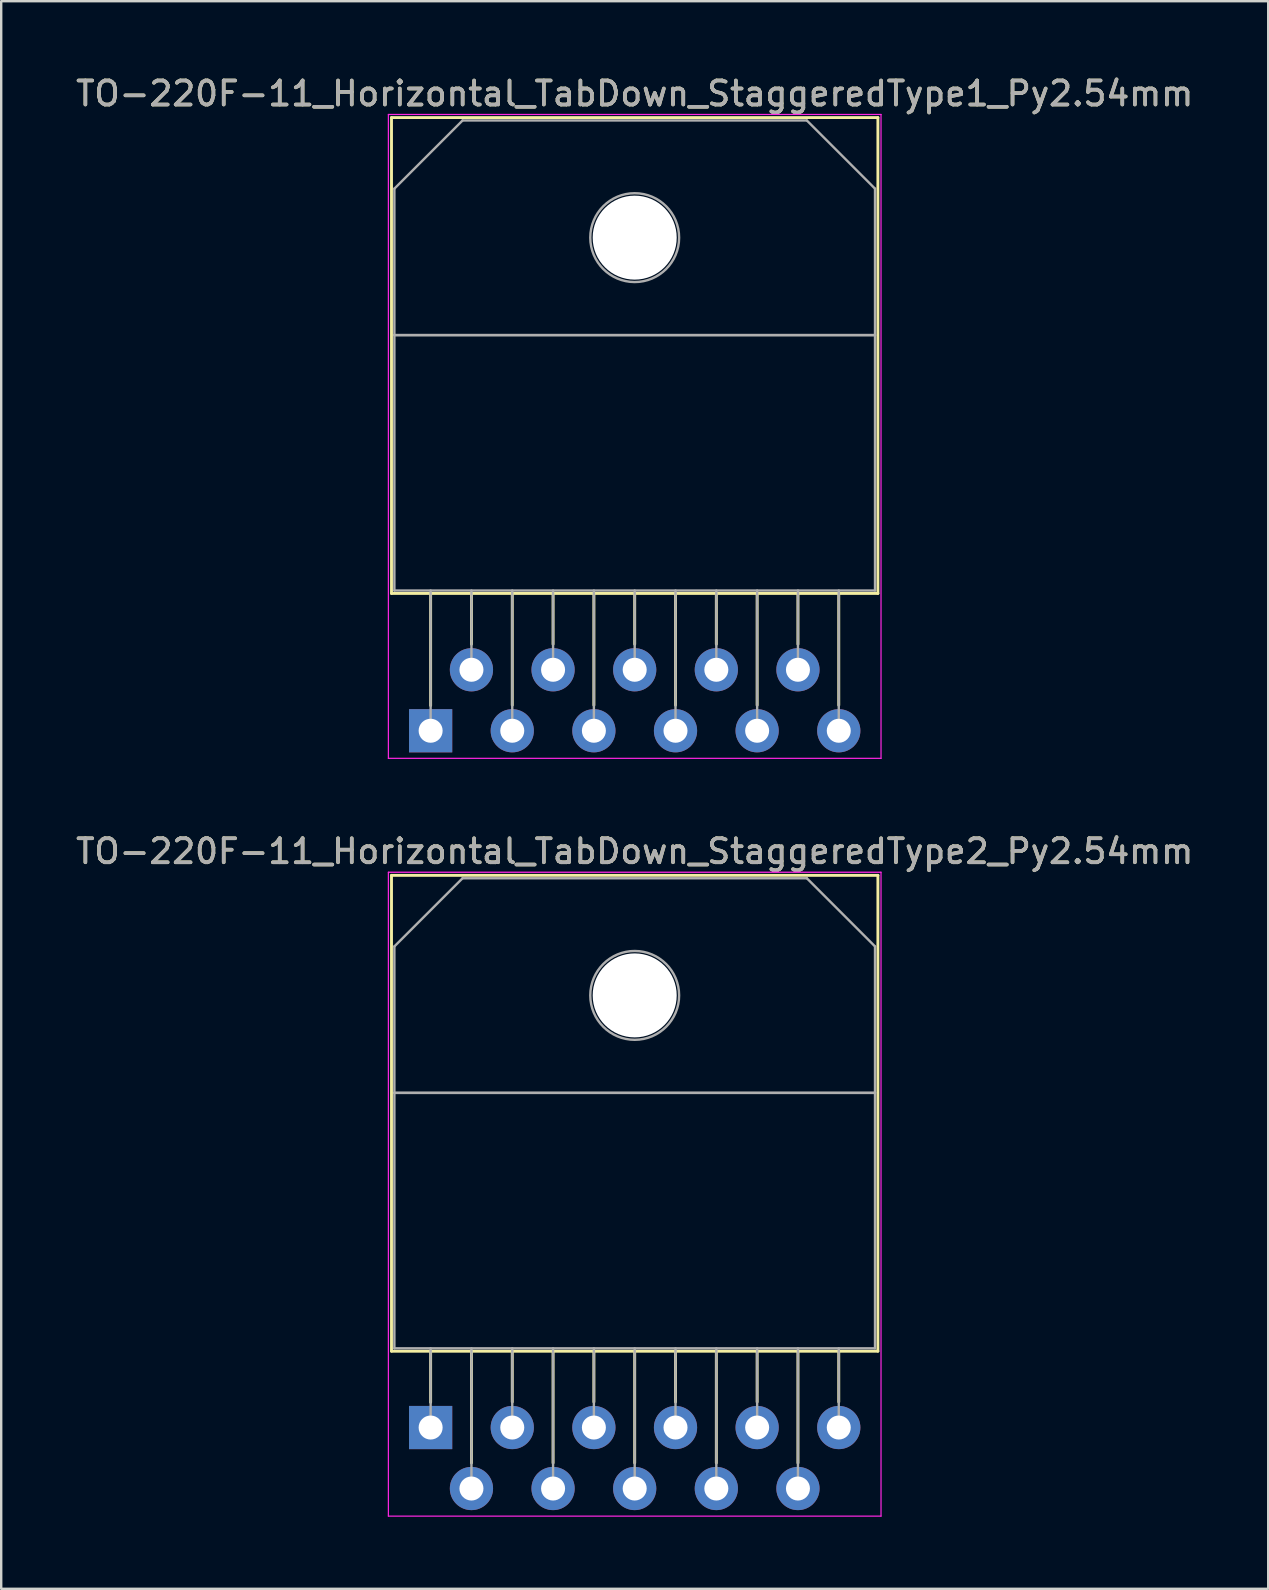
<source format=kicad_pcb>
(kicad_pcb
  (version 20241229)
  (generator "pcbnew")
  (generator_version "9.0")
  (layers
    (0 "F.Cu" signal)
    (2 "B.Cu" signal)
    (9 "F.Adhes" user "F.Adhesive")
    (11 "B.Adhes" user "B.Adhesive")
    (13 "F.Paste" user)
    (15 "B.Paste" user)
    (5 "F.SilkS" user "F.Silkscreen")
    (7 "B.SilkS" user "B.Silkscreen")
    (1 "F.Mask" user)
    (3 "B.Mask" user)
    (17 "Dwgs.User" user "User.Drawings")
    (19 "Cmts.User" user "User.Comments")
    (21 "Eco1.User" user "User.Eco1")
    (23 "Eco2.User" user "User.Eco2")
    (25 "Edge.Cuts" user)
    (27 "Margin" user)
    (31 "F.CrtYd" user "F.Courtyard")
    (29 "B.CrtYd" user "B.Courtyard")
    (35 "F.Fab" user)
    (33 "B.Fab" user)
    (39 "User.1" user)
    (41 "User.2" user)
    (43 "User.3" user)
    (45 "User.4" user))
  (footprint "TO-220F-11_Horizontal_TabDown_StaggeredType1_Py2.54mm"
    (layer "F.Cu")
    (at 14.887 27.388)
    (property "Reference" "TO-220F-11_Horizontal_TabDown_StaggeredType1_Py2.54mm" (at 8.5 -26.54 0) (layer "F.SilkS") (effects (font (size 1 1) (thickness 0.15))))
    (attr through_hole)
    (fp_line (start -1.63 -25.54) (end -1.63 -5.72) (stroke (width 0.12) (type solid)) (layer "F.SilkS"))
    (fp_line (start -1.63 -25.54) (end 18.63 -25.54) (stroke (width 0.12) (type solid)) (layer "F.SilkS"))
    (fp_line (start -1.63 -5.72) (end 18.63 -5.72) (stroke (width 0.12) (type solid)) (layer "F.SilkS"))
    (fp_line (start 0 -5.72) (end 0 -1.05) (stroke (width 0.12) (type solid)) (layer "F.SilkS"))
    (fp_line (start 1.7 -5.72) (end 1.7 -3.606) (stroke (width 0.12) (type solid)) (layer "F.SilkS"))
    (fp_line (start 3.4 -5.72) (end 3.4 -1.065) (stroke (width 0.12) (type solid)) (layer "F.SilkS"))
    (fp_line (start 5.1 -5.72) (end 5.1 -3.606) (stroke (width 0.12) (type solid)) (layer "F.SilkS"))
    (fp_line (start 6.8 -5.72) (end 6.8 -1.065) (stroke (width 0.12) (type solid)) (layer "F.SilkS"))
    (fp_line (start 8.5 -5.72) (end 8.5 -3.606) (stroke (width 0.12) (type solid)) (layer "F.SilkS"))
    (fp_line (start 10.2 -5.72) (end 10.2 -1.065) (stroke (width 0.12) (type solid)) (layer "F.SilkS"))
    (fp_line (start 11.9 -5.72) (end 11.9 -3.606) (stroke (width 0.12) (type solid)) (layer "F.SilkS"))
    (fp_line (start 13.6 -5.72) (end 13.6 -1.065) (stroke (width 0.12) (type solid)) (layer "F.SilkS"))
    (fp_line (start 15.3 -5.72) (end 15.3 -3.606) (stroke (width 0.12) (type solid)) (layer "F.SilkS"))
    (fp_line (start 17 -5.72) (end 17 -1.065) (stroke (width 0.12) (type solid)) (layer "F.SilkS"))
    (fp_line (start 18.63 -25.54) (end 18.63 -5.72) (stroke (width 0.12) (type solid)) (layer "F.SilkS"))
    (fp_line (start -1.76 -25.67) (end -1.76 1.15) (stroke (width 0.05) (type solid)) (layer "F.CrtYd"))
    (fp_line (start -1.76 1.15) (end 18.76 1.15) (stroke (width 0.05) (type solid)) (layer "F.CrtYd"))
    (fp_line (start 18.76 -25.67) (end -1.76 -25.67) (stroke (width 0.05) (type solid)) (layer "F.CrtYd"))
    (fp_line (start 18.76 1.15) (end 18.76 -25.67) (stroke (width 0.05) (type solid)) (layer "F.CrtYd"))
    (fp_line (start -1.51 -22.58) (end 1.33 -25.42) (stroke (width 0.1) (type solid)) (layer "F.Fab"))
    (fp_line (start -1.51 -16.481) (end -1.51 -22.58) (stroke (width 0.1) (type solid)) (layer "F.Fab"))
    (fp_line (start -1.51 -16.48) (end 18.51 -16.48) (stroke (width 0.1) (type solid)) (layer "F.Fab"))
    (fp_line (start -1.51 -5.84) (end -1.51 -16.48) (stroke (width 0.1) (type solid)) (layer "F.Fab"))
    (fp_line (start 0 -5.84) (end 0 0) (stroke (width 0.1) (type solid)) (layer "F.Fab"))
    (fp_line (start 1.33 -25.42) (end 15.67 -25.42) (stroke (width 0.1) (type solid)) (layer "F.Fab"))
    (fp_line (start 1.7 -5.84) (end 1.7 -2.54) (stroke (width 0.1) (type solid)) (layer "F.Fab"))
    (fp_line (start 3.4 -5.84) (end 3.4 0) (stroke (width 0.1) (type solid)) (layer "F.Fab"))
    (fp_line (start 5.1 -5.84) (end 5.1 -2.54) (stroke (width 0.1) (type solid)) (layer "F.Fab"))
    (fp_line (start 6.8 -5.84) (end 6.8 0) (stroke (width 0.1) (type solid)) (layer "F.Fab"))
    (fp_line (start 8.5 -5.84) (end 8.5 -2.54) (stroke (width 0.1) (type solid)) (layer "F.Fab"))
    (fp_line (start 10.2 -5.84) (end 10.2 0) (stroke (width 0.1) (type solid)) (layer "F.Fab"))
    (fp_line (start 11.9 -5.84) (end 11.9 -2.54) (stroke (width 0.1) (type solid)) (layer "F.Fab"))
    (fp_line (start 13.6 -5.84) (end 13.6 0) (stroke (width 0.1) (type solid)) (layer "F.Fab"))
    (fp_line (start 15.3 -5.84) (end 15.3 -2.54) (stroke (width 0.1) (type solid)) (layer "F.Fab"))
    (fp_line (start 15.67 -25.42) (end 18.51 -22.58) (stroke (width 0.1) (type solid)) (layer "F.Fab"))
    (fp_line (start 17 -5.84) (end 17 0) (stroke (width 0.1) (type solid)) (layer "F.Fab"))
    (fp_line (start 18.51 -22.58) (end 18.51 -16.481) (stroke (width 0.1) (type solid)) (layer "F.Fab"))
    (fp_line (start 18.51 -16.481) (end -1.51 -16.481) (stroke (width 0.1) (type solid)) (layer "F.Fab"))
    (fp_line (start 18.51 -16.48) (end 18.51 -5.84) (stroke (width 0.1) (type solid)) (layer "F.Fab"))
    (fp_line (start 18.51 -5.84) (end -1.51 -5.84) (stroke (width 0.1) (type solid)) (layer "F.Fab"))
    (fp_circle (center 8.5 -20.54) (end 10.35 -20.54) (stroke (width 0.1) (type solid)) (fill no) (layer "F.Fab"))
    (fp_text user "${REFERENCE}" (at 8.5 -26.54 0) (layer "F.Fab") (effects (font (size 1 1) (thickness 0.15))))
    (pad "" np_thru_hole oval (at 8.5 -20.54) (size 3.5 3.5) (drill 3.5) (layers "*.Cu" "*.Mask"))
    (pad "1" thru_hole rect (at 0 0) (size 1.8 1.8) (drill 1) (layers "*.Cu" "*.Mask"))
    (pad "2" thru_hole oval (at 1.7 -2.54) (size 1.8 1.8) (drill 1) (layers "*.Cu" "*.Mask"))
    (pad "3" thru_hole oval (at 3.4 0) (size 1.8 1.8) (drill 1) (layers "*.Cu" "*.Mask"))
    (pad "4" thru_hole oval (at 5.1 -2.54) (size 1.8 1.8) (drill 1) (layers "*.Cu" "*.Mask"))
    (pad "5" thru_hole oval (at 6.8 0) (size 1.8 1.8) (drill 1) (layers "*.Cu" "*.Mask"))
    (pad "6" thru_hole oval (at 8.5 -2.54) (size 1.8 1.8) (drill 1) (layers "*.Cu" "*.Mask"))
    (pad "7" thru_hole oval (at 10.2 0) (size 1.8 1.8) (drill 1) (layers "*.Cu" "*.Mask"))
    (pad "8" thru_hole oval (at 11.9 -2.54) (size 1.8 1.8) (drill 1) (layers "*.Cu" "*.Mask"))
    (pad "9" thru_hole oval (at 13.6 0) (size 1.8 1.8) (drill 1) (layers "*.Cu" "*.Mask"))
    (pad "10" thru_hole oval (at 15.3 -2.54) (size 1.8 1.8) (drill 1) (layers "*.Cu" "*.Mask"))
    (pad "11" thru_hole oval (at 17 0) (size 1.8 1.8) (drill 1) (layers "*.Cu" "*.Mask")))
  (footprint "TO-220F-11_Horizontal_TabDown_StaggeredType2_Py2.54mm"
    (layer "F.Cu")
    (at 14.887 56.411)
    (property "Reference" "TO-220F-11_Horizontal_TabDown_StaggeredType2_Py2.54mm" (at 8.5 -24 0) (layer "F.SilkS") (effects (font (size 1 1) (thickness 0.15))))
    (attr through_hole)
    (fp_line (start -1.63 -23) (end -1.63 -3.18) (stroke (width 0.12) (type solid)) (layer "F.SilkS"))
    (fp_line (start -1.63 -23) (end 18.63 -23) (stroke (width 0.12) (type solid)) (layer "F.SilkS"))
    (fp_line (start -1.63 -3.18) (end 18.63 -3.18) (stroke (width 0.12) (type solid)) (layer "F.SilkS"))
    (fp_line (start 0 -3.18) (end 0 -1.05) (stroke (width 0.12) (type solid)) (layer "F.SilkS"))
    (fp_line (start 1.7 -3.18) (end 1.7 1.475) (stroke (width 0.12) (type solid)) (layer "F.SilkS"))
    (fp_line (start 3.4 -3.18) (end 3.4 -1.066) (stroke (width 0.12) (type solid)) (layer "F.SilkS"))
    (fp_line (start 5.1 -3.18) (end 5.1 1.475) (stroke (width 0.12) (type solid)) (layer "F.SilkS"))
    (fp_line (start 6.8 -3.18) (end 6.8 -1.066) (stroke (width 0.12) (type solid)) (layer "F.SilkS"))
    (fp_line (start 8.5 -3.18) (end 8.5 1.475) (stroke (width 0.12) (type solid)) (layer "F.SilkS"))
    (fp_line (start 10.2 -3.18) (end 10.2 -1.066) (stroke (width 0.12) (type solid)) (layer "F.SilkS"))
    (fp_line (start 11.9 -3.18) (end 11.9 1.475) (stroke (width 0.12) (type solid)) (layer "F.SilkS"))
    (fp_line (start 13.6 -3.18) (end 13.6 -1.066) (stroke (width 0.12) (type solid)) (layer "F.SilkS"))
    (fp_line (start 15.3 -3.18) (end 15.3 1.475) (stroke (width 0.12) (type solid)) (layer "F.SilkS"))
    (fp_line (start 17 -3.18) (end 17 -1.066) (stroke (width 0.12) (type solid)) (layer "F.SilkS"))
    (fp_line (start 18.63 -23) (end 18.63 -3.18) (stroke (width 0.12) (type solid)) (layer "F.SilkS"))
    (fp_line (start -1.76 -23.13) (end -1.76 3.69) (stroke (width 0.05) (type solid)) (layer "F.CrtYd"))
    (fp_line (start -1.76 3.69) (end 18.76 3.69) (stroke (width 0.05) (type solid)) (layer "F.CrtYd"))
    (fp_line (start 18.76 -23.13) (end -1.76 -23.13) (stroke (width 0.05) (type solid)) (layer "F.CrtYd"))
    (fp_line (start 18.76 3.69) (end 18.76 -23.13) (stroke (width 0.05) (type solid)) (layer "F.CrtYd"))
    (fp_line (start -1.51 -20.04) (end 1.33 -22.88) (stroke (width 0.1) (type solid)) (layer "F.Fab"))
    (fp_line (start -1.51 -13.941) (end -1.51 -20.04) (stroke (width 0.1) (type solid)) (layer "F.Fab"))
    (fp_line (start -1.51 -13.94) (end 18.51 -13.94) (stroke (width 0.1) (type solid)) (layer "F.Fab"))
    (fp_line (start -1.51 -3.3) (end -1.51 -13.94) (stroke (width 0.1) (type solid)) (layer "F.Fab"))
    (fp_line (start 0 -3.3) (end 0 0) (stroke (width 0.1) (type solid)) (layer "F.Fab"))
    (fp_line (start 1.33 -22.88) (end 15.67 -22.88) (stroke (width 0.1) (type solid)) (layer "F.Fab"))
    (fp_line (start 1.7 -3.3) (end 1.7 2.54) (stroke (width 0.1) (type solid)) (layer "F.Fab"))
    (fp_line (start 3.4 -3.3) (end 3.4 0) (stroke (width 0.1) (type solid)) (layer "F.Fab"))
    (fp_line (start 5.1 -3.3) (end 5.1 2.54) (stroke (width 0.1) (type solid)) (layer "F.Fab"))
    (fp_line (start 6.8 -3.3) (end 6.8 0) (stroke (width 0.1) (type solid)) (layer "F.Fab"))
    (fp_line (start 8.5 -3.3) (end 8.5 2.54) (stroke (width 0.1) (type solid)) (layer "F.Fab"))
    (fp_line (start 10.2 -3.3) (end 10.2 0) (stroke (width 0.1) (type solid)) (layer "F.Fab"))
    (fp_line (start 11.9 -3.3) (end 11.9 2.54) (stroke (width 0.1) (type solid)) (layer "F.Fab"))
    (fp_line (start 13.6 -3.3) (end 13.6 0) (stroke (width 0.1) (type solid)) (layer "F.Fab"))
    (fp_line (start 15.3 -3.3) (end 15.3 2.54) (stroke (width 0.1) (type solid)) (layer "F.Fab"))
    (fp_line (start 15.67 -22.88) (end 18.51 -20.04) (stroke (width 0.1) (type solid)) (layer "F.Fab"))
    (fp_line (start 17 -3.3) (end 17 0) (stroke (width 0.1) (type solid)) (layer "F.Fab"))
    (fp_line (start 18.51 -20.04) (end 18.51 -13.941) (stroke (width 0.1) (type solid)) (layer "F.Fab"))
    (fp_line (start 18.51 -13.941) (end -1.51 -13.941) (stroke (width 0.1) (type solid)) (layer "F.Fab"))
    (fp_line (start 18.51 -13.94) (end 18.51 -3.3) (stroke (width 0.1) (type solid)) (layer "F.Fab"))
    (fp_line (start 18.51 -3.3) (end -1.51 -3.3) (stroke (width 0.1) (type solid)) (layer "F.Fab"))
    (fp_circle (center 8.5 -18) (end 10.35 -18) (stroke (width 0.1) (type solid)) (fill no) (layer "F.Fab"))
    (fp_text user "${REFERENCE}" (at 8.5 -24 0) (layer "F.Fab") (effects (font (size 1 1) (thickness 0.15))))
    (pad "" np_thru_hole oval (at 8.5 -18) (size 3.5 3.5) (drill 3.5) (layers "*.Cu" "*.Mask"))
    (pad "1" thru_hole rect (at 0 0) (size 1.8 1.8) (drill 1) (layers "*.Cu" "*.Mask"))
    (pad "2" thru_hole oval (at 1.7 2.54) (size 1.8 1.8) (drill 1) (layers "*.Cu" "*.Mask"))
    (pad "3" thru_hole oval (at 3.4 0) (size 1.8 1.8) (drill 1) (layers "*.Cu" "*.Mask"))
    (pad "4" thru_hole oval (at 5.1 2.54) (size 1.8 1.8) (drill 1) (layers "*.Cu" "*.Mask"))
    (pad "5" thru_hole oval (at 6.8 0) (size 1.8 1.8) (drill 1) (layers "*.Cu" "*.Mask"))
    (pad "6" thru_hole oval (at 8.5 2.54) (size 1.8 1.8) (drill 1) (layers "*.Cu" "*.Mask"))
    (pad "7" thru_hole oval (at 10.2 0) (size 1.8 1.8) (drill 1) (layers "*.Cu" "*.Mask"))
    (pad "8" thru_hole oval (at 11.9 2.54) (size 1.8 1.8) (drill 1) (layers "*.Cu" "*.Mask"))
    (pad "9" thru_hole oval (at 13.6 0) (size 1.8 1.8) (drill 1) (layers "*.Cu" "*.Mask"))
    (pad "10" thru_hole oval (at 15.3 2.54) (size 1.8 1.8) (drill 1) (layers "*.Cu" "*.Mask"))
    (pad "11" thru_hole oval (at 17 0) (size 1.8 1.8) (drill 1) (layers "*.Cu" "*.Mask")))
  (gr_rect
    (start -3 -3)
    (end 49.774 63.127)
    (stroke (width 0.1) (type default))
    (fill no)
    (layer "Edge.Cuts")))
</source>
